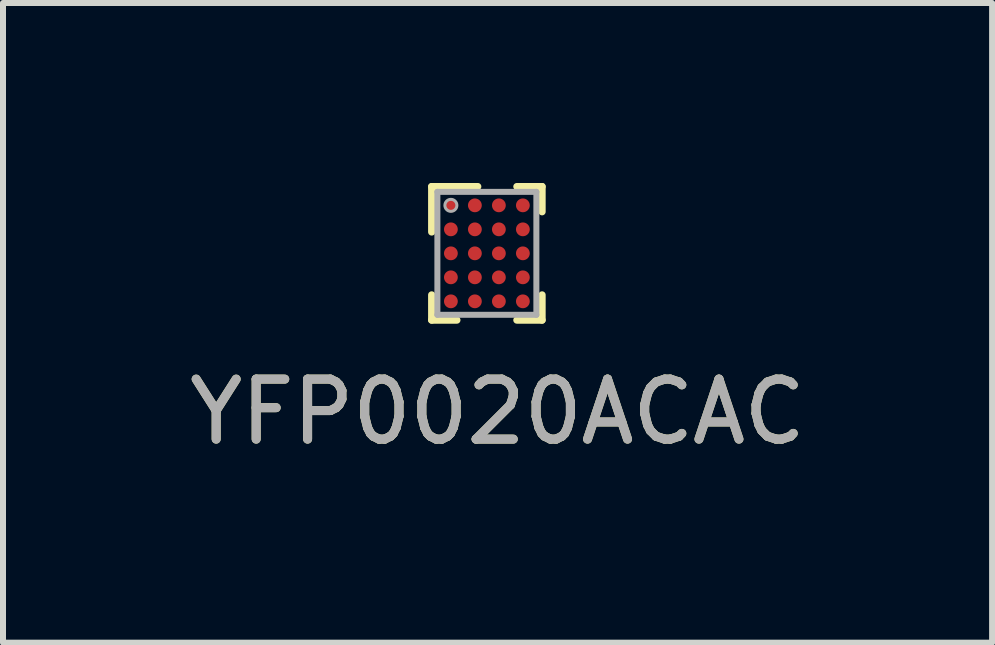
<source format=kicad_pcb>
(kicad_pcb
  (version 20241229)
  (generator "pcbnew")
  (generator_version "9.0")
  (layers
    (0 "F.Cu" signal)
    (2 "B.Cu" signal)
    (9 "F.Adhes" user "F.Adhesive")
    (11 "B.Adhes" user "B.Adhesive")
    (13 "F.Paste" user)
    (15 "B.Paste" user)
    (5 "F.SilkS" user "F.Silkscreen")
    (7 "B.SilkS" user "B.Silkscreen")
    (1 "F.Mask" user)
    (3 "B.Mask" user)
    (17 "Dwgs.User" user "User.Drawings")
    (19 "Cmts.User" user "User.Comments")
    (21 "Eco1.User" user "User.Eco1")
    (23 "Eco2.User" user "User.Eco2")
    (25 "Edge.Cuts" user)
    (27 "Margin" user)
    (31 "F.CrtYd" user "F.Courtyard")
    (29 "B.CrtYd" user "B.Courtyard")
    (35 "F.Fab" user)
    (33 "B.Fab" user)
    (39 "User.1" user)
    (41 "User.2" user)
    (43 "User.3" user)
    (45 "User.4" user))
  (footprint "YFP0020ACAC"
    (layer "F.Cu")
    (at 5.066 1.173)
    (property "Reference" "YFP0020ACAC" (at 0.178 2.642 0) (unlocked yes) (layer "F.SilkS") (effects (font (size 1 1) (thickness 0.15))))
    (attr smd)
    (fp_line (start -0.92 -1.113) (end -0.152 -1.113) (stroke (width 0.12) (type solid)) (layer "F.SilkS"))
    (fp_line (start -0.92 -0.356) (end -0.92 -1.113) (stroke (width 0.12) (type solid)) (layer "F.SilkS"))
    (fp_line (start -0.92 1.113) (end -0.92 0.693) (stroke (width 0.12) (type solid)) (layer "F.SilkS"))
    (fp_line (start -0.92 1.113) (end -0.5 1.113) (stroke (width 0.12) (type solid)) (layer "F.SilkS"))
    (fp_line (start 0.5 -1.113) (end 0.92 -1.113) (stroke (width 0.12) (type solid)) (layer "F.SilkS"))
    (fp_line (start 0.5 1.113) (end 0.92 1.113) (stroke (width 0.12) (type solid)) (layer "F.SilkS"))
    (fp_line (start 0.92 -0.693) (end 0.92 -1.113) (stroke (width 0.12) (type solid)) (layer "F.SilkS"))
    (fp_line (start 0.92 1.113) (end 0.92 0.693) (stroke (width 0.12) (type solid)) (layer "F.SilkS"))
    (fp_circle (center -0.675 -0.875) (end -0.65 -0.875) (stroke (width 0.05) (type solid)) (fill no) (layer "F.Paste"))
    (fp_circle (center -0.675 -0.725) (end -0.65 -0.725) (stroke (width 0.05) (type solid)) (fill no) (layer "F.Paste"))
    (fp_circle (center -0.675 -0.475) (end -0.65 -0.475) (stroke (width 0.05) (type solid)) (fill no) (layer "F.Paste"))
    (fp_circle (center -0.675 -0.325) (end -0.65 -0.325) (stroke (width 0.05) (type solid)) (fill no) (layer "F.Paste"))
    (fp_circle (center -0.675 -0.075) (end -0.65 -0.075) (stroke (width 0.05) (type solid)) (fill no) (layer "F.Paste"))
    (fp_circle (center -0.675 0.075) (end -0.65 0.075) (stroke (width 0.05) (type solid)) (fill no) (layer "F.Paste"))
    (fp_circle (center -0.675 0.325) (end -0.65 0.325) (stroke (width 0.05) (type solid)) (fill no) (layer "F.Paste"))
    (fp_circle (center -0.675 0.475) (end -0.65 0.475) (stroke (width 0.05) (type solid)) (fill no) (layer "F.Paste"))
    (fp_circle (center -0.675 0.725) (end -0.65 0.725) (stroke (width 0.05) (type solid)) (fill no) (layer "F.Paste"))
    (fp_circle (center -0.675 0.875) (end -0.65 0.875) (stroke (width 0.05) (type solid)) (fill no) (layer "F.Paste"))
    (fp_circle (center -0.525 -0.875) (end -0.5 -0.875) (stroke (width 0.05) (type solid)) (fill no) (layer "F.Paste"))
    (fp_circle (center -0.525 -0.725) (end -0.5 -0.725) (stroke (width 0.05) (type solid)) (fill no) (layer "F.Paste"))
    (fp_circle (center -0.525 -0.475) (end -0.5 -0.475) (stroke (width 0.05) (type solid)) (fill no) (layer "F.Paste"))
    (fp_circle (center -0.525 -0.325) (end -0.5 -0.325) (stroke (width 0.05) (type solid)) (fill no) (layer "F.Paste"))
    (fp_circle (center -0.525 -0.075) (end -0.5 -0.075) (stroke (width 0.05) (type solid)) (fill no) (layer "F.Paste"))
    (fp_circle (center -0.525 0.075) (end -0.5 0.075) (stroke (width 0.05) (type solid)) (fill no) (layer "F.Paste"))
    (fp_circle (center -0.525 0.325) (end -0.5 0.325) (stroke (width 0.05) (type solid)) (fill no) (layer "F.Paste"))
    (fp_circle (center -0.525 0.475) (end -0.5 0.475) (stroke (width 0.05) (type solid)) (fill no) (layer "F.Paste"))
    (fp_circle (center -0.525 0.725) (end -0.5 0.725) (stroke (width 0.05) (type solid)) (fill no) (layer "F.Paste"))
    (fp_circle (center -0.525 0.875) (end -0.5 0.875) (stroke (width 0.05) (type solid)) (fill no) (layer "F.Paste"))
    (fp_circle (center -0.275 -0.875) (end -0.25 -0.875) (stroke (width 0.05) (type solid)) (fill no) (layer "F.Paste"))
    (fp_circle (center -0.275 -0.725) (end -0.25 -0.725) (stroke (width 0.05) (type solid)) (fill no) (layer "F.Paste"))
    (fp_circle (center -0.275 -0.475) (end -0.25 -0.475) (stroke (width 0.05) (type solid)) (fill no) (layer "F.Paste"))
    (fp_circle (center -0.275 -0.325) (end -0.25 -0.325) (stroke (width 0.05) (type solid)) (fill no) (layer "F.Paste"))
    (fp_circle (center -0.275 -0.075) (end -0.25 -0.075) (stroke (width 0.05) (type solid)) (fill no) (layer "F.Paste"))
    (fp_circle (center -0.275 0.075) (end -0.25 0.075) (stroke (width 0.05) (type solid)) (fill no) (layer "F.Paste"))
    (fp_circle (center -0.275 0.325) (end -0.25 0.325) (stroke (width 0.05) (type solid)) (fill no) (layer "F.Paste"))
    (fp_circle (center -0.275 0.475) (end -0.25 0.475) (stroke (width 0.05) (type solid)) (fill no) (layer "F.Paste"))
    (fp_circle (center -0.275 0.725) (end -0.25 0.725) (stroke (width 0.05) (type solid)) (fill no) (layer "F.Paste"))
    (fp_circle (center -0.275 0.875) (end -0.25 0.875) (stroke (width 0.05) (type solid)) (fill no) (layer "F.Paste"))
    (fp_circle (center -0.125 -0.875) (end -0.1 -0.875) (stroke (width 0.05) (type solid)) (fill no) (layer "F.Paste"))
    (fp_circle (center -0.125 -0.725) (end -0.1 -0.725) (stroke (width 0.05) (type solid)) (fill no) (layer "F.Paste"))
    (fp_circle (center -0.125 -0.475) (end -0.1 -0.475) (stroke (width 0.05) (type solid)) (fill no) (layer "F.Paste"))
    (fp_circle (center -0.125 -0.325) (end -0.1 -0.325) (stroke (width 0.05) (type solid)) (fill no) (layer "F.Paste"))
    (fp_circle (center -0.125 -0.075) (end -0.1 -0.075) (stroke (width 0.05) (type solid)) (fill no) (layer "F.Paste"))
    (fp_circle (center -0.125 0.075) (end -0.1 0.075) (stroke (width 0.05) (type solid)) (fill no) (layer "F.Paste"))
    (fp_circle (center -0.125 0.325) (end -0.1 0.325) (stroke (width 0.05) (type solid)) (fill no) (layer "F.Paste"))
    (fp_circle (center -0.125 0.475) (end -0.1 0.475) (stroke (width 0.05) (type solid)) (fill no) (layer "F.Paste"))
    (fp_circle (center -0.125 0.725) (end -0.1 0.725) (stroke (width 0.05) (type solid)) (fill no) (layer "F.Paste"))
    (fp_circle (center -0.125 0.875) (end -0.1 0.875) (stroke (width 0.05) (type solid)) (fill no) (layer "F.Paste"))
    (fp_circle (center 0.125 -0.875) (end 0.15 -0.875) (stroke (width 0.05) (type solid)) (fill no) (layer "F.Paste"))
    (fp_circle (center 0.125 -0.725) (end 0.15 -0.725) (stroke (width 0.05) (type solid)) (fill no) (layer "F.Paste"))
    (fp_circle (center 0.125 -0.475) (end 0.15 -0.475) (stroke (width 0.05) (type solid)) (fill no) (layer "F.Paste"))
    (fp_circle (center 0.125 -0.325) (end 0.15 -0.325) (stroke (width 0.05) (type solid)) (fill no) (layer "F.Paste"))
    (fp_circle (center 0.125 -0.075) (end 0.15 -0.075) (stroke (width 0.05) (type solid)) (fill no) (layer "F.Paste"))
    (fp_circle (center 0.125 0.075) (end 0.15 0.075) (stroke (width 0.05) (type solid)) (fill no) (layer "F.Paste"))
    (fp_circle (center 0.125 0.325) (end 0.15 0.325) (stroke (width 0.05) (type solid)) (fill no) (layer "F.Paste"))
    (fp_circle (center 0.125 0.475) (end 0.15 0.475) (stroke (width 0.05) (type solid)) (fill no) (layer "F.Paste"))
    (fp_circle (center 0.125 0.725) (end 0.15 0.725) (stroke (width 0.05) (type solid)) (fill no) (layer "F.Paste"))
    (fp_circle (center 0.125 0.875) (end 0.15 0.875) (stroke (width 0.05) (type solid)) (fill no) (layer "F.Paste"))
    (fp_circle (center 0.275 -0.875) (end 0.3 -0.875) (stroke (width 0.05) (type solid)) (fill no) (layer "F.Paste"))
    (fp_circle (center 0.275 -0.725) (end 0.3 -0.725) (stroke (width 0.05) (type solid)) (fill no) (layer "F.Paste"))
    (fp_circle (center 0.275 -0.475) (end 0.3 -0.475) (stroke (width 0.05) (type solid)) (fill no) (layer "F.Paste"))
    (fp_circle (center 0.275 -0.325) (end 0.3 -0.325) (stroke (width 0.05) (type solid)) (fill no) (layer "F.Paste"))
    (fp_circle (center 0.275 -0.075) (end 0.3 -0.075) (stroke (width 0.05) (type solid)) (fill no) (layer "F.Paste"))
    (fp_circle (center 0.275 0.075) (end 0.3 0.075) (stroke (width 0.05) (type solid)) (fill no) (layer "F.Paste"))
    (fp_circle (center 0.275 0.325) (end 0.3 0.325) (stroke (width 0.05) (type solid)) (fill no) (layer "F.Paste"))
    (fp_circle (center 0.275 0.475) (end 0.3 0.475) (stroke (width 0.05) (type solid)) (fill no) (layer "F.Paste"))
    (fp_circle (center 0.275 0.725) (end 0.3 0.725) (stroke (width 0.05) (type solid)) (fill no) (layer "F.Paste"))
    (fp_circle (center 0.275 0.875) (end 0.3 0.875) (stroke (width 0.05) (type solid)) (fill no) (layer "F.Paste"))
    (fp_circle (center 0.525 -0.875) (end 0.55 -0.875) (stroke (width 0.05) (type solid)) (fill no) (layer "F.Paste"))
    (fp_circle (center 0.525 -0.725) (end 0.55 -0.725) (stroke (width 0.05) (type solid)) (fill no) (layer "F.Paste"))
    (fp_circle (center 0.525 -0.475) (end 0.55 -0.475) (stroke (width 0.05) (type solid)) (fill no) (layer "F.Paste"))
    (fp_circle (center 0.525 -0.325) (end 0.55 -0.325) (stroke (width 0.05) (type solid)) (fill no) (layer "F.Paste"))
    (fp_circle (center 0.525 -0.075) (end 0.55 -0.075) (stroke (width 0.05) (type solid)) (fill no) (layer "F.Paste"))
    (fp_circle (center 0.525 0.075) (end 0.55 0.075) (stroke (width 0.05) (type solid)) (fill no) (layer "F.Paste"))
    (fp_circle (center 0.525 0.325) (end 0.55 0.325) (stroke (width 0.05) (type solid)) (fill no) (layer "F.Paste"))
    (fp_circle (center 0.525 0.475) (end 0.55 0.475) (stroke (width 0.05) (type solid)) (fill no) (layer "F.Paste"))
    (fp_circle (center 0.525 0.725) (end 0.55 0.725) (stroke (width 0.05) (type solid)) (fill no) (layer "F.Paste"))
    (fp_circle (center 0.525 0.875) (end 0.55 0.875) (stroke (width 0.05) (type solid)) (fill no) (layer "F.Paste"))
    (fp_circle (center 0.675 -0.875) (end 0.7 -0.875) (stroke (width 0.05) (type solid)) (fill no) (layer "F.Paste"))
    (fp_circle (center 0.675 -0.725) (end 0.7 -0.725) (stroke (width 0.05) (type solid)) (fill no) (layer "F.Paste"))
    (fp_circle (center 0.675 -0.475) (end 0.7 -0.475) (stroke (width 0.05) (type solid)) (fill no) (layer "F.Paste"))
    (fp_circle (center 0.675 -0.325) (end 0.7 -0.325) (stroke (width 0.05) (type solid)) (fill no) (layer "F.Paste"))
    (fp_circle (center 0.675 -0.075) (end 0.7 -0.075) (stroke (width 0.05) (type solid)) (fill no) (layer "F.Paste"))
    (fp_circle (center 0.675 0.075) (end 0.7 0.075) (stroke (width 0.05) (type solid)) (fill no) (layer "F.Paste"))
    (fp_circle (center 0.675 0.325) (end 0.7 0.325) (stroke (width 0.05) (type solid)) (fill no) (layer "F.Paste"))
    (fp_circle (center 0.675 0.475) (end 0.7 0.475) (stroke (width 0.05) (type solid)) (fill no) (layer "F.Paste"))
    (fp_circle (center 0.675 0.725) (end 0.7 0.725) (stroke (width 0.05) (type solid)) (fill no) (layer "F.Paste"))
    (fp_circle (center 0.675 0.875) (end 0.7 0.875) (stroke (width 0.05) (type solid)) (fill no) (layer "F.Paste"))
    (fp_poly (pts (xy -0.725 -0.875) (xy -0.725 -0.725) (xy -0.675 -0.725) (xy -0.675 -0.875)) (stroke (width 0) (type solid)) (fill yes) (layer "F.Paste"))
    (fp_poly (pts (xy -0.725 -0.475) (xy -0.725 -0.325) (xy -0.675 -0.325) (xy -0.675 -0.475)) (stroke (width 0) (type solid)) (fill yes) (layer "F.Paste"))
    (fp_poly (pts (xy -0.725 -0.075) (xy -0.725 0.075) (xy -0.675 0.075) (xy -0.675 -0.075)) (stroke (width 0) (type solid)) (fill yes) (layer "F.Paste"))
    (fp_poly (pts (xy -0.725 0.325) (xy -0.725 0.475) (xy -0.675 0.475) (xy -0.675 0.325)) (stroke (width 0) (type solid)) (fill yes) (layer "F.Paste"))
    (fp_poly (pts (xy -0.725 0.725) (xy -0.725 0.875) (xy -0.675 0.875) (xy -0.675 0.725)) (stroke (width 0) (type solid)) (fill yes) (layer "F.Paste"))
    (fp_poly (pts (xy -0.675 -0.875) (xy -0.675 -0.725) (xy -0.525 -0.725) (xy -0.525 -0.875)) (stroke (width 0) (type solid)) (fill yes) (layer "F.Paste"))
    (fp_poly (pts (xy -0.675 -0.675) (xy -0.525 -0.675) (xy -0.525 -0.725) (xy -0.675 -0.725)) (stroke (width 0) (type solid)) (fill yes) (layer "F.Paste"))
    (fp_poly (pts (xy -0.675 -0.475) (xy -0.675 -0.325) (xy -0.525 -0.325) (xy -0.525 -0.475)) (stroke (width 0) (type solid)) (fill yes) (layer "F.Paste"))
    (fp_poly (pts (xy -0.675 -0.275) (xy -0.525 -0.275) (xy -0.525 -0.325) (xy -0.675 -0.325)) (stroke (width 0) (type solid)) (fill yes) (layer "F.Paste"))
    (fp_poly (pts (xy -0.675 -0.075) (xy -0.675 0.075) (xy -0.525 0.075) (xy -0.525 -0.075)) (stroke (width 0) (type solid)) (fill yes) (layer "F.Paste"))
    (fp_poly (pts (xy -0.675 0.125) (xy -0.525 0.125) (xy -0.525 0.075) (xy -0.675 0.075)) (stroke (width 0) (type solid)) (fill yes) (layer "F.Paste"))
    (fp_poly (pts (xy -0.675 0.325) (xy -0.675 0.475) (xy -0.525 0.475) (xy -0.525 0.325)) (stroke (width 0) (type solid)) (fill yes) (layer "F.Paste"))
    (fp_poly (pts (xy -0.675 0.525) (xy -0.525 0.525) (xy -0.525 0.475) (xy -0.675 0.475)) (stroke (width 0) (type solid)) (fill yes) (layer "F.Paste"))
    (fp_poly (pts (xy -0.675 0.725) (xy -0.675 0.875) (xy -0.525 0.875) (xy -0.525 0.725)) (stroke (width 0) (type solid)) (fill yes) (layer "F.Paste"))
    (fp_poly (pts (xy -0.675 0.925) (xy -0.525 0.925) (xy -0.525 0.875) (xy -0.675 0.875)) (stroke (width 0) (type solid)) (fill yes) (layer "F.Paste"))
    (fp_poly (pts (xy -0.525 -0.925) (xy -0.675 -0.925) (xy -0.675 -0.875) (xy -0.525 -0.875)) (stroke (width 0) (type solid)) (fill yes) (layer "F.Paste"))
    (fp_poly (pts (xy -0.525 -0.525) (xy -0.675 -0.525) (xy -0.675 -0.475) (xy -0.525 -0.475)) (stroke (width 0) (type solid)) (fill yes) (layer "F.Paste"))
    (fp_poly (pts (xy -0.525 -0.125) (xy -0.675 -0.125) (xy -0.675 -0.075) (xy -0.525 -0.075)) (stroke (width 0) (type solid)) (fill yes) (layer "F.Paste"))
    (fp_poly (pts (xy -0.525 0.275) (xy -0.675 0.275) (xy -0.675 0.325) (xy -0.525 0.325)) (stroke (width 0) (type solid)) (fill yes) (layer "F.Paste"))
    (fp_poly (pts (xy -0.525 0.675) (xy -0.675 0.675) (xy -0.675 0.725) (xy -0.525 0.725)) (stroke (width 0) (type solid)) (fill yes) (layer "F.Paste"))
    (fp_poly (pts (xy -0.475 -0.725) (xy -0.475 -0.875) (xy -0.525 -0.875) (xy -0.525 -0.725)) (stroke (width 0) (type solid)) (fill yes) (layer "F.Paste"))
    (fp_poly (pts (xy -0.475 -0.325) (xy -0.475 -0.475) (xy -0.525 -0.475) (xy -0.525 -0.325)) (stroke (width 0) (type solid)) (fill yes) (layer "F.Paste"))
    (fp_poly (pts (xy -0.475 0.075) (xy -0.475 -0.075) (xy -0.525 -0.075) (xy -0.525 0.075)) (stroke (width 0) (type solid)) (fill yes) (layer "F.Paste"))
    (fp_poly (pts (xy -0.475 0.475) (xy -0.475 0.325) (xy -0.525 0.325) (xy -0.525 0.475)) (stroke (width 0) (type solid)) (fill yes) (layer "F.Paste"))
    (fp_poly (pts (xy -0.475 0.875) (xy -0.475 0.725) (xy -0.525 0.725) (xy -0.525 0.875)) (stroke (width 0) (type solid)) (fill yes) (layer "F.Paste"))
    (fp_poly (pts (xy -0.325 -0.875) (xy -0.325 -0.725) (xy -0.275 -0.725) (xy -0.275 -0.875)) (stroke (width 0) (type solid)) (fill yes) (layer "F.Paste"))
    (fp_poly (pts (xy -0.325 -0.475) (xy -0.325 -0.325) (xy -0.275 -0.325) (xy -0.275 -0.475)) (stroke (width 0) (type solid)) (fill yes) (layer "F.Paste"))
    (fp_poly (pts (xy -0.325 -0.075) (xy -0.325 0.075) (xy -0.275 0.075) (xy -0.275 -0.075)) (stroke (width 0) (type solid)) (fill yes) (layer "F.Paste"))
    (fp_poly (pts (xy -0.325 0.325) (xy -0.325 0.475) (xy -0.275 0.475) (xy -0.275 0.325)) (stroke (width 0) (type solid)) (fill yes) (layer "F.Paste"))
    (fp_poly (pts (xy -0.325 0.725) (xy -0.325 0.875) (xy -0.275 0.875) (xy -0.275 0.725)) (stroke (width 0) (type solid)) (fill yes) (layer "F.Paste"))
    (fp_poly (pts (xy -0.275 -0.875) (xy -0.275 -0.725) (xy -0.125 -0.725) (xy -0.125 -0.875)) (stroke (width 0) (type solid)) (fill yes) (layer "F.Paste"))
    (fp_poly (pts (xy -0.275 -0.675) (xy -0.125 -0.675) (xy -0.125 -0.725) (xy -0.275 -0.725)) (stroke (width 0) (type solid)) (fill yes) (layer "F.Paste"))
    (fp_poly (pts (xy -0.275 -0.475) (xy -0.275 -0.325) (xy -0.125 -0.325) (xy -0.125 -0.475)) (stroke (width 0) (type solid)) (fill yes) (layer "F.Paste"))
    (fp_poly (pts (xy -0.275 -0.275) (xy -0.125 -0.275) (xy -0.125 -0.325) (xy -0.275 -0.325)) (stroke (width 0) (type solid)) (fill yes) (layer "F.Paste"))
    (fp_poly (pts (xy -0.275 -0.075) (xy -0.275 0.075) (xy -0.125 0.075) (xy -0.125 -0.075)) (stroke (width 0) (type solid)) (fill yes) (layer "F.Paste"))
    (fp_poly (pts (xy -0.275 0.125) (xy -0.125 0.125) (xy -0.125 0.075) (xy -0.275 0.075)) (stroke (width 0) (type solid)) (fill yes) (layer "F.Paste"))
    (fp_poly (pts (xy -0.275 0.325) (xy -0.275 0.475) (xy -0.125 0.475) (xy -0.125 0.325)) (stroke (width 0) (type solid)) (fill yes) (layer "F.Paste"))
    (fp_poly (pts (xy -0.275 0.525) (xy -0.125 0.525) (xy -0.125 0.475) (xy -0.275 0.475)) (stroke (width 0) (type solid)) (fill yes) (layer "F.Paste"))
    (fp_poly (pts (xy -0.275 0.725) (xy -0.275 0.875) (xy -0.125 0.875) (xy -0.125 0.725)) (stroke (width 0) (type solid)) (fill yes) (layer "F.Paste"))
    (fp_poly (pts (xy -0.275 0.925) (xy -0.125 0.925) (xy -0.125 0.875) (xy -0.275 0.875)) (stroke (width 0) (type solid)) (fill yes) (layer "F.Paste"))
    (fp_poly (pts (xy -0.125 -0.925) (xy -0.275 -0.925) (xy -0.275 -0.875) (xy -0.125 -0.875)) (stroke (width 0) (type solid)) (fill yes) (layer "F.Paste"))
    (fp_poly (pts (xy -0.125 -0.525) (xy -0.275 -0.525) (xy -0.275 -0.475) (xy -0.125 -0.475)) (stroke (width 0) (type solid)) (fill yes) (layer "F.Paste"))
    (fp_poly (pts (xy -0.125 -0.125) (xy -0.275 -0.125) (xy -0.275 -0.075) (xy -0.125 -0.075)) (stroke (width 0) (type solid)) (fill yes) (layer "F.Paste"))
    (fp_poly (pts (xy -0.125 0.275) (xy -0.275 0.275) (xy -0.275 0.325) (xy -0.125 0.325)) (stroke (width 0) (type solid)) (fill yes) (layer "F.Paste"))
    (fp_poly (pts (xy -0.125 0.675) (xy -0.275 0.675) (xy -0.275 0.725) (xy -0.125 0.725)) (stroke (width 0) (type solid)) (fill yes) (layer "F.Paste"))
    (fp_poly (pts (xy -0.075 -0.725) (xy -0.075 -0.875) (xy -0.125 -0.875) (xy -0.125 -0.725)) (stroke (width 0) (type solid)) (fill yes) (layer "F.Paste"))
    (fp_poly (pts (xy -0.075 -0.325) (xy -0.075 -0.475) (xy -0.125 -0.475) (xy -0.125 -0.325)) (stroke (width 0) (type solid)) (fill yes) (layer "F.Paste"))
    (fp_poly (pts (xy -0.075 0.075) (xy -0.075 -0.075) (xy -0.125 -0.075) (xy -0.125 0.075)) (stroke (width 0) (type solid)) (fill yes) (layer "F.Paste"))
    (fp_poly (pts (xy -0.075 0.475) (xy -0.075 0.325) (xy -0.125 0.325) (xy -0.125 0.475)) (stroke (width 0) (type solid)) (fill yes) (layer "F.Paste"))
    (fp_poly (pts (xy -0.075 0.875) (xy -0.075 0.725) (xy -0.125 0.725) (xy -0.125 0.875)) (stroke (width 0) (type solid)) (fill yes) (layer "F.Paste"))
    (fp_poly (pts (xy 0.075 -0.875) (xy 0.075 -0.725) (xy 0.125 -0.725) (xy 0.125 -0.875)) (stroke (width 0) (type solid)) (fill yes) (layer "F.Paste"))
    (fp_poly (pts (xy 0.075 -0.475) (xy 0.075 -0.325) (xy 0.125 -0.325) (xy 0.125 -0.475)) (stroke (width 0) (type solid)) (fill yes) (layer "F.Paste"))
    (fp_poly (pts (xy 0.075 -0.075) (xy 0.075 0.075) (xy 0.125 0.075) (xy 0.125 -0.075)) (stroke (width 0) (type solid)) (fill yes) (layer "F.Paste"))
    (fp_poly (pts (xy 0.075 0.325) (xy 0.075 0.475) (xy 0.125 0.475) (xy 0.125 0.325)) (stroke (width 0) (type solid)) (fill yes) (layer "F.Paste"))
    (fp_poly (pts (xy 0.075 0.725) (xy 0.075 0.875) (xy 0.125 0.875) (xy 0.125 0.725)) (stroke (width 0) (type solid)) (fill yes) (layer "F.Paste"))
    (fp_poly (pts (xy 0.125 -0.875) (xy 0.125 -0.725) (xy 0.275 -0.725) (xy 0.275 -0.875)) (stroke (width 0) (type solid)) (fill yes) (layer "F.Paste"))
    (fp_poly (pts (xy 0.125 -0.675) (xy 0.275 -0.675) (xy 0.275 -0.725) (xy 0.125 -0.725)) (stroke (width 0) (type solid)) (fill yes) (layer "F.Paste"))
    (fp_poly (pts (xy 0.125 -0.475) (xy 0.125 -0.325) (xy 0.275 -0.325) (xy 0.275 -0.475)) (stroke (width 0) (type solid)) (fill yes) (layer "F.Paste"))
    (fp_poly (pts (xy 0.125 -0.275) (xy 0.275 -0.275) (xy 0.275 -0.325) (xy 0.125 -0.325)) (stroke (width 0) (type solid)) (fill yes) (layer "F.Paste"))
    (fp_poly (pts (xy 0.125 -0.075) (xy 0.125 0.075) (xy 0.275 0.075) (xy 0.275 -0.075)) (stroke (width 0) (type solid)) (fill yes) (layer "F.Paste"))
    (fp_poly (pts (xy 0.125 0.125) (xy 0.275 0.125) (xy 0.275 0.075) (xy 0.125 0.075)) (stroke (width 0) (type solid)) (fill yes) (layer "F.Paste"))
    (fp_poly (pts (xy 0.125 0.325) (xy 0.125 0.475) (xy 0.275 0.475) (xy 0.275 0.325)) (stroke (width 0) (type solid)) (fill yes) (layer "F.Paste"))
    (fp_poly (pts (xy 0.125 0.525) (xy 0.275 0.525) (xy 0.275 0.475) (xy 0.125 0.475)) (stroke (width 0) (type solid)) (fill yes) (layer "F.Paste"))
    (fp_poly (pts (xy 0.125 0.725) (xy 0.125 0.875) (xy 0.275 0.875) (xy 0.275 0.725)) (stroke (width 0) (type solid)) (fill yes) (layer "F.Paste"))
    (fp_poly (pts (xy 0.125 0.925) (xy 0.275 0.925) (xy 0.275 0.875) (xy 0.125 0.875)) (stroke (width 0) (type solid)) (fill yes) (layer "F.Paste"))
    (fp_poly (pts (xy 0.275 -0.925) (xy 0.125 -0.925) (xy 0.125 -0.875) (xy 0.275 -0.875)) (stroke (width 0) (type solid)) (fill yes) (layer "F.Paste"))
    (fp_poly (pts (xy 0.275 -0.525) (xy 0.125 -0.525) (xy 0.125 -0.475) (xy 0.275 -0.475)) (stroke (width 0) (type solid)) (fill yes) (layer "F.Paste"))
    (fp_poly (pts (xy 0.275 -0.125) (xy 0.125 -0.125) (xy 0.125 -0.075) (xy 0.275 -0.075)) (stroke (width 0) (type solid)) (fill yes) (layer "F.Paste"))
    (fp_poly (pts (xy 0.275 0.275) (xy 0.125 0.275) (xy 0.125 0.325) (xy 0.275 0.325)) (stroke (width 0) (type solid)) (fill yes) (layer "F.Paste"))
    (fp_poly (pts (xy 0.275 0.675) (xy 0.125 0.675) (xy 0.125 0.725) (xy 0.275 0.725)) (stroke (width 0) (type solid)) (fill yes) (layer "F.Paste"))
    (fp_poly (pts (xy 0.325 -0.725) (xy 0.325 -0.875) (xy 0.275 -0.875) (xy 0.275 -0.725)) (stroke (width 0) (type solid)) (fill yes) (layer "F.Paste"))
    (fp_poly (pts (xy 0.325 -0.325) (xy 0.325 -0.475) (xy 0.275 -0.475) (xy 0.275 -0.325)) (stroke (width 0) (type solid)) (fill yes) (layer "F.Paste"))
    (fp_poly (pts (xy 0.325 0.075) (xy 0.325 -0.075) (xy 0.275 -0.075) (xy 0.275 0.075)) (stroke (width 0) (type solid)) (fill yes) (layer "F.Paste"))
    (fp_poly (pts (xy 0.325 0.475) (xy 0.325 0.325) (xy 0.275 0.325) (xy 0.275 0.475)) (stroke (width 0) (type solid)) (fill yes) (layer "F.Paste"))
    (fp_poly (pts (xy 0.325 0.875) (xy 0.325 0.725) (xy 0.275 0.725) (xy 0.275 0.875)) (stroke (width 0) (type solid)) (fill yes) (layer "F.Paste"))
    (fp_poly (pts (xy 0.475 -0.875) (xy 0.475 -0.725) (xy 0.525 -0.725) (xy 0.525 -0.875)) (stroke (width 0) (type solid)) (fill yes) (layer "F.Paste"))
    (fp_poly (pts (xy 0.475 -0.475) (xy 0.475 -0.325) (xy 0.525 -0.325) (xy 0.525 -0.475)) (stroke (width 0) (type solid)) (fill yes) (layer "F.Paste"))
    (fp_poly (pts (xy 0.475 -0.075) (xy 0.475 0.075) (xy 0.525 0.075) (xy 0.525 -0.075)) (stroke (width 0) (type solid)) (fill yes) (layer "F.Paste"))
    (fp_poly (pts (xy 0.475 0.325) (xy 0.475 0.475) (xy 0.525 0.475) (xy 0.525 0.325)) (stroke (width 0) (type solid)) (fill yes) (layer "F.Paste"))
    (fp_poly (pts (xy 0.475 0.725) (xy 0.475 0.875) (xy 0.525 0.875) (xy 0.525 0.725)) (stroke (width 0) (type solid)) (fill yes) (layer "F.Paste"))
    (fp_poly (pts (xy 0.525 -0.875) (xy 0.525 -0.725) (xy 0.675 -0.725) (xy 0.675 -0.875)) (stroke (width 0) (type solid)) (fill yes) (layer "F.Paste"))
    (fp_poly (pts (xy 0.525 -0.675) (xy 0.675 -0.675) (xy 0.675 -0.725) (xy 0.525 -0.725)) (stroke (width 0) (type solid)) (fill yes) (layer "F.Paste"))
    (fp_poly (pts (xy 0.525 -0.475) (xy 0.525 -0.325) (xy 0.675 -0.325) (xy 0.675 -0.475)) (stroke (width 0) (type solid)) (fill yes) (layer "F.Paste"))
    (fp_poly (pts (xy 0.525 -0.275) (xy 0.675 -0.275) (xy 0.675 -0.325) (xy 0.525 -0.325)) (stroke (width 0) (type solid)) (fill yes) (layer "F.Paste"))
    (fp_poly (pts (xy 0.525 -0.075) (xy 0.525 0.075) (xy 0.675 0.075) (xy 0.675 -0.075)) (stroke (width 0) (type solid)) (fill yes) (layer "F.Paste"))
    (fp_poly (pts (xy 0.525 0.125) (xy 0.675 0.125) (xy 0.675 0.075) (xy 0.525 0.075)) (stroke (width 0) (type solid)) (fill yes) (layer "F.Paste"))
    (fp_poly (pts (xy 0.525 0.325) (xy 0.525 0.475) (xy 0.675 0.475) (xy 0.675 0.325)) (stroke (width 0) (type solid)) (fill yes) (layer "F.Paste"))
    (fp_poly (pts (xy 0.525 0.525) (xy 0.675 0.525) (xy 0.675 0.475) (xy 0.525 0.475)) (stroke (width 0) (type solid)) (fill yes) (layer "F.Paste"))
    (fp_poly (pts (xy 0.525 0.725) (xy 0.525 0.875) (xy 0.675 0.875) (xy 0.675 0.725)) (stroke (width 0) (type solid)) (fill yes) (layer "F.Paste"))
    (fp_poly (pts (xy 0.525 0.925) (xy 0.675 0.925) (xy 0.675 0.875) (xy 0.525 0.875)) (stroke (width 0) (type solid)) (fill yes) (layer "F.Paste"))
    (fp_poly (pts (xy 0.675 -0.925) (xy 0.525 -0.925) (xy 0.525 -0.875) (xy 0.675 -0.875)) (stroke (width 0) (type solid)) (fill yes) (layer "F.Paste"))
    (fp_poly (pts (xy 0.675 -0.525) (xy 0.525 -0.525) (xy 0.525 -0.475) (xy 0.675 -0.475)) (stroke (width 0) (type solid)) (fill yes) (layer "F.Paste"))
    (fp_poly (pts (xy 0.675 -0.125) (xy 0.525 -0.125) (xy 0.525 -0.075) (xy 0.675 -0.075)) (stroke (width 0) (type solid)) (fill yes) (layer "F.Paste"))
    (fp_poly (pts (xy 0.675 0.275) (xy 0.525 0.275) (xy 0.525 0.325) (xy 0.675 0.325)) (stroke (width 0) (type solid)) (fill yes) (layer "F.Paste"))
    (fp_poly (pts (xy 0.675 0.675) (xy 0.525 0.675) (xy 0.525 0.725) (xy 0.675 0.725)) (stroke (width 0) (type solid)) (fill yes) (layer "F.Paste"))
    (fp_poly (pts (xy 0.725 -0.725) (xy 0.725 -0.875) (xy 0.675 -0.875) (xy 0.675 -0.725)) (stroke (width 0) (type solid)) (fill yes) (layer "F.Paste"))
    (fp_poly (pts (xy 0.725 -0.325) (xy 0.725 -0.475) (xy 0.675 -0.475) (xy 0.675 -0.325)) (stroke (width 0) (type solid)) (fill yes) (layer "F.Paste"))
    (fp_poly (pts (xy 0.725 0.075) (xy 0.725 -0.075) (xy 0.675 -0.075) (xy 0.675 0.075)) (stroke (width 0) (type solid)) (fill yes) (layer "F.Paste"))
    (fp_poly (pts (xy 0.725 0.475) (xy 0.725 0.325) (xy 0.675 0.325) (xy 0.675 0.475)) (stroke (width 0) (type solid)) (fill yes) (layer "F.Paste"))
    (fp_poly (pts (xy 0.725 0.875) (xy 0.725 0.725) (xy 0.675 0.725) (xy 0.675 0.875)) (stroke (width 0) (type solid)) (fill yes) (layer "F.Paste"))
    (fp_line (start -0.825 -1.025) (end 0.825 -1.025) (stroke (width 0.1) (type solid)) (layer "F.Fab"))
    (fp_line (start -0.825 1.025) (end -0.825 -1.025) (stroke (width 0.1) (type solid)) (layer "F.Fab"))
    (fp_line (start -0.825 1.025) (end 0.825 1.025) (stroke (width 0.1) (type solid)) (layer "F.Fab"))
    (fp_line (start 0.825 1.025) (end 0.825 -1.025) (stroke (width 0.1) (type solid)) (layer "F.Fab"))
    (fp_circle (center -0.6 -0.8) (end -0.5 -0.8) (stroke (width 0.05) (type solid)) (fill no) (layer "F.Fab"))
    (fp_text user "${REFERENCE}" (at 0.178 2.642 0) (unlocked yes) (layer "F.Fab") (effects (font (size 1 1) (thickness 0.15))))
    (pad "1" smd circle (at -0.6 -0.8) (size 0.23 0.23) (layers "F.Cu" "F.Mask"))
    (pad "2" smd circle (at -0.2 -0.8) (size 0.23 0.23) (layers "F.Cu" "F.Mask"))
    (pad "3" smd circle (at 0.2 -0.8) (size 0.23 0.23) (layers "F.Cu" "F.Mask"))
    (pad "4" smd circle (at 0.6 -0.8) (size 0.23 0.23) (layers "F.Cu" "F.Mask"))
    (pad "5" smd circle (at -0.6 -0.4) (size 0.23 0.23) (layers "F.Cu" "F.Mask"))
    (pad "6" smd circle (at -0.2 -0.4) (size 0.23 0.23) (layers "F.Cu" "F.Mask"))
    (pad "7" smd circle (at 0.2 -0.4) (size 0.23 0.23) (layers "F.Cu" "F.Mask"))
    (pad "8" smd circle (at 0.6 -0.4) (size 0.23 0.23) (layers "F.Cu" "F.Mask"))
    (pad "9" smd circle (at -0.6 0) (size 0.23 0.23) (layers "F.Cu" "F.Mask"))
    (pad "10" smd circle (at -0.2 0) (size 0.23 0.23) (layers "F.Cu" "F.Mask"))
    (pad "11" smd circle (at 0.2 0) (size 0.23 0.23) (layers "F.Cu" "F.Mask"))
    (pad "12" smd circle (at 0.6 0) (size 0.23 0.23) (layers "F.Cu" "F.Mask"))
    (pad "13" smd circle (at -0.6 0.4) (size 0.23 0.23) (layers "F.Cu" "F.Mask"))
    (pad "14" smd circle (at -0.2 0.4) (size 0.23 0.23) (layers "F.Cu" "F.Mask"))
    (pad "15" smd circle (at 0.2 0.4) (size 0.23 0.23) (layers "F.Cu" "F.Mask"))
    (pad "16" smd circle (at 0.6 0.4) (size 0.23 0.23) (layers "F.Cu" "F.Mask"))
    (pad "17" smd circle (at -0.6 0.8) (size 0.23 0.23) (layers "F.Cu" "F.Mask"))
    (pad "18" smd circle (at -0.2 0.8) (size 0.23 0.23) (layers "F.Cu" "F.Mask"))
    (pad "19" smd circle (at 0.2 0.8) (size 0.23 0.23) (layers "F.Cu" "F.Mask"))
    (pad "20" smd circle (at 0.6 0.8) (size 0.23 0.23) (layers "F.Cu" "F.Mask")))
  (gr_rect
    (start -3 -3)
    (end 13.488 7.663)
    (stroke (width 0.1) (type default))
    (fill no)
    (layer "Edge.Cuts")))
</source>
